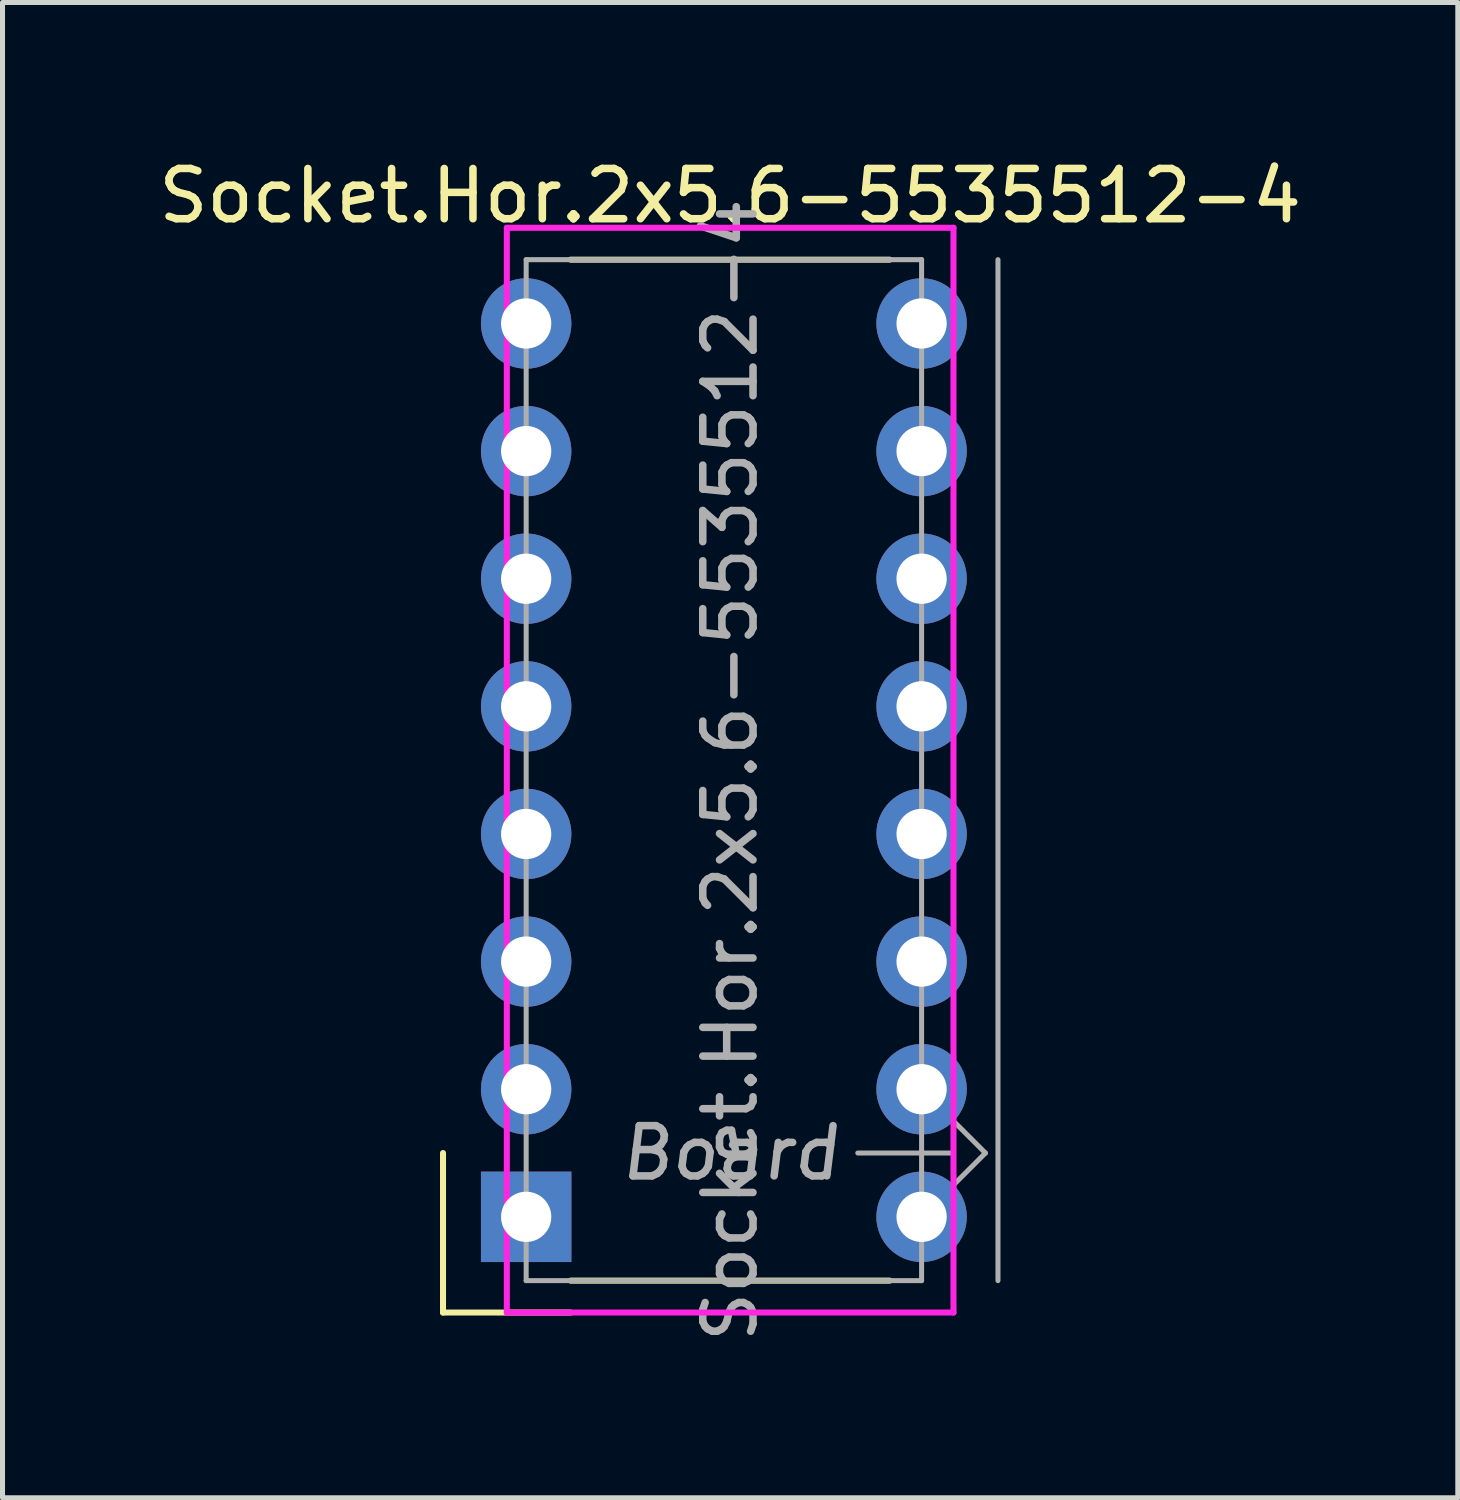
<source format=kicad_pcb>
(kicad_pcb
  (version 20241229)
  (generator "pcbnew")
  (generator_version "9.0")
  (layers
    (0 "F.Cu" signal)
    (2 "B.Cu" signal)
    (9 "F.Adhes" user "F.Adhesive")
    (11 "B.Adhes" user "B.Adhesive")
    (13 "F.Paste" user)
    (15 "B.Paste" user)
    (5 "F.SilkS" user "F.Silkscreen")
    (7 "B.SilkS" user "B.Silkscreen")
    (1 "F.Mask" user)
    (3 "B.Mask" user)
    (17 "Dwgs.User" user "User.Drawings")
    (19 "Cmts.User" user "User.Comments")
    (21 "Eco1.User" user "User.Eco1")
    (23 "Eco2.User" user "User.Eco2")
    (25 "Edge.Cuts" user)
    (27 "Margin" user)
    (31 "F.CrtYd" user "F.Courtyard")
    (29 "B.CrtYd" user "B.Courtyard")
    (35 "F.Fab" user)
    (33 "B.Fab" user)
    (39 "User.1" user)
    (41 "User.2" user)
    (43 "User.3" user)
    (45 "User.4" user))
  (footprint "Socket.Hor.2x5.6-5535512-4"
    (layer "F.Cu")
    (at 15.292 13.548)
    (property "Reference" "Socket.Hor.2x5.6-5535512-4" (at -3.81 -12.7 0) (unlocked yes) (layer "F.SilkS") (effects (font (size 1 1) (thickness 0.15))))
    (fp_line (start -9.525 6.35) (end -9.525 9.525) (stroke (width 0.12) (type solid)) (layer "F.SilkS"))
    (fp_line (start -9.525 9.525) (end -6.985 9.525) (stroke (width 0.12) (type solid)) (layer "F.SilkS"))
    (fp_line (start -6.985 -11.43) (end -0.635 -11.43) (stroke (width 0.12) (type solid)) (layer "F.SilkS"))
    (fp_line (start -6.985 8.89) (end -0.635 8.89) (stroke (width 0.12) (type solid)) (layer "F.SilkS"))
    (fp_line (start -8.255 -12.065) (end 0.635 -12.065) (stroke (width 0.12) (type solid)) (layer "F.CrtYd"))
    (fp_line (start -8.255 9.525) (end -8.255 -12.065) (stroke (width 0.12) (type solid)) (layer "F.CrtYd"))
    (fp_line (start 0.635 -12.065) (end 0.635 9.525) (stroke (width 0.12) (type solid)) (layer "F.CrtYd"))
    (fp_line (start 0.635 9.525) (end -8.255 9.525) (stroke (width 0.12) (type solid)) (layer "F.CrtYd"))
    (fp_line (start -7.87 -11.43) (end 0 -11.43) (stroke (width 0.1) (type solid)) (layer "F.Fab"))
    (fp_line (start -7.87 8.89) (end -7.87 -11.43) (stroke (width 0.1) (type solid)) (layer "F.Fab"))
    (fp_line (start 0 -11.43) (end 0 8.89) (stroke (width 0.1) (type solid)) (layer "F.Fab"))
    (fp_line (start 0 8.89) (end -7.87 8.89) (stroke (width 0.1) (type solid)) (layer "F.Fab"))
    (fp_line (start 0.635 5.715) (end 0.635 6.985) (stroke (width 0.1) (type solid)) (layer "F.Fab"))
    (fp_line (start 0.635 6.35) (end -1.27 6.35) (stroke (width 0.1) (type solid)) (layer "F.Fab"))
    (fp_line (start 0.635 6.985) (end 1.27 6.35) (stroke (width 0.1) (type solid)) (layer "F.Fab"))
    (fp_line (start 1.27 6.35) (end 0.635 5.715) (stroke (width 0.1) (type solid)) (layer "F.Fab"))
    (fp_line (start 1.52 -11.43) (end 1.52 8.89) (stroke (width 0.1) (type solid)) (layer "F.Fab"))
    (fp_text user "Board" (at -3.81 6.35 0) (unlocked yes) (layer "F.Fab") (effects (font (size 1 1) (thickness 0.15) (italic yes))))
    (fp_text user "${REFERENCE}" (at -3.81 -1.27 90) (unlocked yes) (layer "F.Fab") (effects (font (size 1 1) (thickness 0.15))))
    (pad "1" thru_hole rect (at -7.87 7.62) (size 1.8 1.8) (drill 1) (layers "*.Cu" "*.Mask"))
    (pad "2" thru_hole circle (at 0 7.62) (size 1.8 1.8) (drill 1) (layers "*.Cu" "*.Mask"))
    (pad "3" thru_hole circle (at -7.87 5.08) (size 1.8 1.8) (drill 1) (layers "*.Cu" "*.Mask"))
    (pad "4" thru_hole circle (at 0 5.08) (size 1.8 1.8) (drill 1) (layers "*.Cu" "*.Mask"))
    (pad "5" thru_hole circle (at -7.87 2.54) (size 1.8 1.8) (drill 1) (layers "*.Cu" "*.Mask"))
    (pad "6" thru_hole circle (at 0 2.54) (size 1.8 1.8) (drill 1) (layers "*.Cu" "*.Mask"))
    (pad "7" thru_hole circle (at -7.87 0) (size 1.8 1.8) (drill 1) (layers "*.Cu" "*.Mask"))
    (pad "8" thru_hole circle (at 0 0) (size 1.8 1.8) (drill 1) (layers "*.Cu" "*.Mask"))
    (pad "9" thru_hole circle (at -7.87 -2.54) (size 1.8 1.8) (drill 1) (layers "*.Cu" "*.Mask"))
    (pad "10" thru_hole circle (at 0 -2.54) (size 1.8 1.8) (drill 1) (layers "*.Cu" "*.Mask"))
    (pad "11" thru_hole circle (at 0 -5.08) (size 1.8 1.8) (drill 1) (layers "*.Cu" "*.Mask"))
    (pad "12" thru_hole circle (at -7.87 -5.08) (size 1.8 1.8) (drill 1) (layers "*.Cu" "*.Mask"))
    (pad "13" thru_hole circle (at 0 -7.62) (size 1.8 1.8) (drill 1) (layers "*.Cu" "*.Mask"))
    (pad "14" thru_hole circle (at -7.87 -7.62) (size 1.8 1.8) (drill 1) (layers "*.Cu" "*.Mask"))
    (pad "15" thru_hole circle (at 0 -10.16) (size 1.8 1.8) (drill 1) (layers "*.Cu" "*.Mask"))
    (pad "16" thru_hole circle (at -7.87 -10.16) (size 1.8 1.8) (drill 1) (layers "*.Cu" "*.Mask")))
  (gr_rect
    (start -3 -3)
    (end 25.964 26.76)
    (stroke (width 0.1) (type default))
    (fill no)
    (layer "Edge.Cuts")))
</source>
